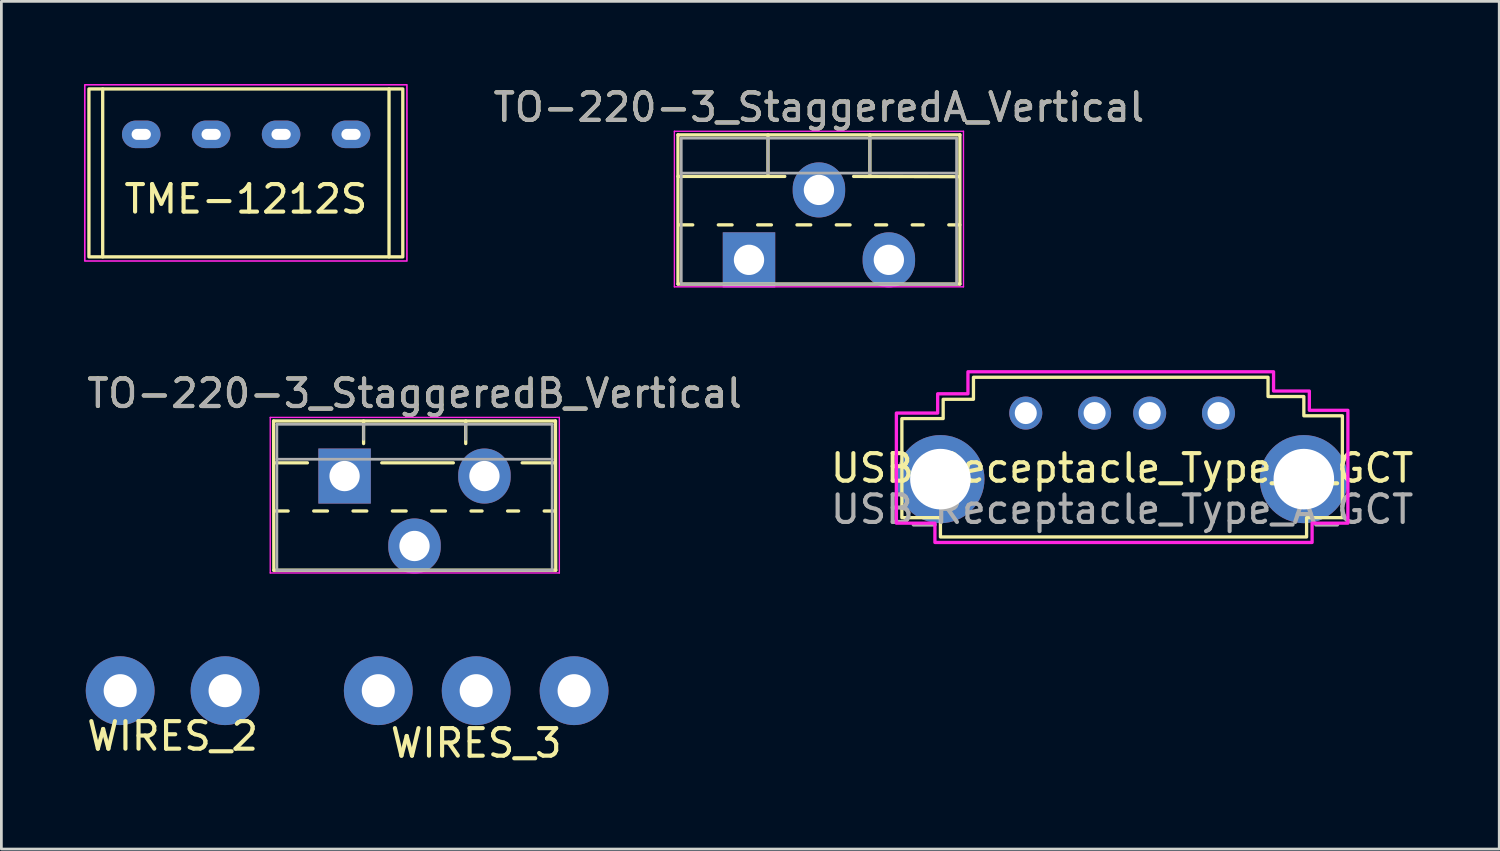
<source format=kicad_pcb>
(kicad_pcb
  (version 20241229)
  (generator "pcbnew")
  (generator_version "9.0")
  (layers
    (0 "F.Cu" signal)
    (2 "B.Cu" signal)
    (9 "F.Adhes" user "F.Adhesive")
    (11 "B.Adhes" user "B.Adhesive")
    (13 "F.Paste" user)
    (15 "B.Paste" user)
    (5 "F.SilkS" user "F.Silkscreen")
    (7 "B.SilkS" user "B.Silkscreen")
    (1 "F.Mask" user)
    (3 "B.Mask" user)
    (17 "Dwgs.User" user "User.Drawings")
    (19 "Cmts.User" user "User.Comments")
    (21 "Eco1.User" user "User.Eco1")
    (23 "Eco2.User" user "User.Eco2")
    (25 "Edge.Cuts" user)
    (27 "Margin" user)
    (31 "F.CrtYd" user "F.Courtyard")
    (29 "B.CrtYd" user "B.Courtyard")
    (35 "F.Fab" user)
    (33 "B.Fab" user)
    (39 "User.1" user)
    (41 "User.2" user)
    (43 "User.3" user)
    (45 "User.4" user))
  (footprint "WIRES_2"
    (layer "F.Cu")
    (at 3.22 22.037)
    (property "Reference" "WIRES_2" (at 0 1.651 0) (layer "F.SilkS") (effects (font (size 1 1) (thickness 0.15))))
    (attr through_hole)
    (pad "1" thru_hole circle (at -1.905 0) (size 2.5 2.5) (drill 1.2) (layers "*.Cu" "*.Mask"))
    (pad "2" thru_hole circle (at 1.905 0) (size 2.5 2.5) (drill 1.2) (layers "*.Cu" "*.Mask")))
  (footprint "TO-220-3_StaggeredB_Vertical"
    (layer "F.Cu")
    (at 9.466 15.511)
    (property "Reference" "TO-220-3_StaggeredB_Vertical" (at 2.54 -4.27 0) (layer "F.SilkS") (effects (font (size 1 1) (thickness 0.15))))
    (attr through_hole)
    (fp_line (start -2.58 -3.27) (end -2.57 2.15) (stroke (width 0.12) (type solid)) (layer "F.SilkS"))
    (fp_line (start -2.58 -3.27) (end 7.66 -3.27) (stroke (width 0.12) (type solid)) (layer "F.SilkS"))
    (fp_line (start -2.57 2.15) (end 7.67 2.15) (stroke (width 0.12) (type solid)) (layer "F.SilkS"))
    (fp_line (start -2.55 -1.75) (end -1.35 -1.75) (stroke (width 0.12) (type solid)) (layer "F.SilkS"))
    (fp_line (start -2.55 0) (end -2.05 0) (stroke (width 0.12) (type solid)) (layer "F.SilkS"))
    (fp_line (start -1.121 0) (end -0.621 0) (stroke (width 0.12) (type solid)) (layer "F.SilkS"))
    (fp_line (start 0.307 0) (end 0.807 0) (stroke (width 0.12) (type solid)) (layer "F.SilkS"))
    (fp_line (start 0.69 -3.27) (end 0.69 -2.45) (stroke (width 0.12) (type solid)) (layer "F.SilkS"))
    (fp_line (start 1.35 -1.75) (end 3.95 -1.75) (stroke (width 0.12) (type solid)) (layer "F.SilkS"))
    (fp_line (start 1.736 0) (end 2.236 0) (stroke (width 0.12) (type solid)) (layer "F.SilkS"))
    (fp_line (start 3.164 0) (end 3.664 0) (stroke (width 0.12) (type solid)) (layer "F.SilkS"))
    (fp_line (start 4.4 -3.27) (end 4.4 -2.45) (stroke (width 0.12) (type solid)) (layer "F.SilkS"))
    (fp_line (start 4.593 0) (end 4.993 0) (stroke (width 0.12) (type solid)) (layer "F.SilkS"))
    (fp_line (start 5.921 0) (end 6.321 0) (stroke (width 0.12) (type solid)) (layer "F.SilkS"))
    (fp_line (start 6.45 -1.75) (end 7.65 -1.75) (stroke (width 0.12) (type solid)) (layer "F.SilkS"))
    (fp_line (start 7.25 0) (end 7.65 0) (stroke (width 0.12) (type solid)) (layer "F.SilkS"))
    (fp_line (start 7.66 -3.27) (end 7.67 2.15) (stroke (width 0.12) (type solid)) (layer "F.SilkS"))
    (fp_line (start -2.7 -3.4) (end -2.7 2.25) (stroke (width 0.05) (type solid)) (layer "F.CrtYd"))
    (fp_line (start -2.7 2.25) (end 7.8 2.25) (stroke (width 0.05) (type solid)) (layer "F.CrtYd"))
    (fp_line (start 7.8 -3.4) (end -2.7 -3.4) (stroke (width 0.05) (type solid)) (layer "F.CrtYd"))
    (fp_line (start 7.8 2.25) (end 7.8 -3.4) (stroke (width 0.05) (type solid)) (layer "F.CrtYd"))
    (fp_line (start -2.46 -3.15) (end -2.46 2.15) (stroke (width 0.1) (type solid)) (layer "F.Fab"))
    (fp_line (start -2.46 -1.88) (end 7.54 -1.88) (stroke (width 0.1) (type solid)) (layer "F.Fab"))
    (fp_line (start -2.46 2.15) (end 7.54 2.15) (stroke (width 0.1) (type solid)) (layer "F.Fab"))
    (fp_line (start 0.69 -3.15) (end 0.69 -2.6) (stroke (width 0.1) (type solid)) (layer "F.Fab"))
    (fp_line (start 4.4 -3.15) (end 4.4 -2.6) (stroke (width 0.1) (type solid)) (layer "F.Fab"))
    (fp_line (start 7.54 -3.15) (end -2.46 -3.15) (stroke (width 0.1) (type solid)) (layer "F.Fab"))
    (fp_line (start 7.54 2.15) (end 7.54 -3.15) (stroke (width 0.1) (type solid)) (layer "F.Fab"))
    (fp_text user "${REFERENCE}" (at 2.54 -4.27 0) (layer "F.Fab") (effects (font (size 1 1) (thickness 0.15))))
    (pad "1" thru_hole rect (at 0 -1.27) (size 1.905 2) (drill 1.1) (layers "*.Cu" "*.Mask"))
    (pad "2" thru_hole oval (at 2.54 1.27) (size 1.905 2) (drill 1.1) (layers "*.Cu" "*.Mask"))
    (pad "3" thru_hole oval (at 5.08 -1.27) (size 1.905 2) (drill 1.1) (layers "*.Cu" "*.Mask")))
  (footprint "TME-1212S"
    (layer "F.Cu")
    (at 5.88 3.18)
    (property "Reference" "TME-1212S" (at 0 1 0) (unlocked yes) (layer "F.SilkS") (effects (font (size 1 1) (thickness 0.15))))
    (fp_line (start -5.2 -3) (end -5.2 3.1) (stroke (width 0.12) (type solid)) (layer "F.SilkS"))
    (fp_line (start 5.2 -3) (end 5.2 3.1) (stroke (width 0.12) (type solid)) (layer "F.SilkS"))
    (fp_rect (start -5.7 -3) (end 5.7 3.1) (stroke (width 0.12) (type solid)) (fill no) (layer "F.SilkS"))
    (fp_rect (start -5.85 -3.15) (end 5.85 3.25) (stroke (width 0.06) (type solid)) (fill no) (layer "F.CrtYd"))
    (pad "1" thru_hole oval (at -3.8 -1.35 90) (size 1 1.4) (drill oval 0.4 0.7) (layers "*.Cu" "*.Mask"))
    (pad "2" thru_hole oval (at -1.26 -1.35 90) (size 1 1.4) (drill oval 0.4 0.7) (layers "*.Cu" "*.Mask"))
    (pad "3" thru_hole oval (at 1.28 -1.35 90) (size 1 1.4) (drill oval 0.4 0.7) (layers "*.Cu" "*.Mask"))
    (pad "4" thru_hole oval (at 3.82 -1.35 90) (size 1 1.4) (drill oval 0.4 0.7) (layers "*.Cu" "*.Mask")))
  (footprint "TO-220-3_StaggeredA_Vertical"
    (layer "F.Cu")
    (at 24.155 5.118)
    (property "Reference" "TO-220-3_StaggeredA_Vertical" (at 2.54 -4.27 0) (layer "F.SilkS") (effects (font (size 1 1) (thickness 0.15))))
    (attr through_hole)
    (fp_line (start -2.58 -3.27) (end -2.58 2.15) (stroke (width 0.12) (type solid)) (layer "F.SilkS"))
    (fp_line (start -2.58 -3.27) (end 7.66 -3.27) (stroke (width 0.12) (type solid)) (layer "F.SilkS"))
    (fp_line (start -2.58 -1.76) (end 1.3 -1.76) (stroke (width 0.12) (type solid)) (layer "F.SilkS"))
    (fp_line (start -2.58 2.15) (end 7.66 2.15) (stroke (width 0.12) (type solid)) (layer "F.SilkS"))
    (fp_line (start -2.543 0) (end -2.043 0) (stroke (width 0.12) (type solid)) (layer "F.SilkS"))
    (fp_line (start -1.114 0) (end -0.614 0) (stroke (width 0.12) (type solid)) (layer "F.SilkS"))
    (fp_line (start 0.314 0) (end 0.814 0) (stroke (width 0.12) (type solid)) (layer "F.SilkS"))
    (fp_line (start 0.69 -3.27) (end 0.69 -1.76) (stroke (width 0.12) (type solid)) (layer "F.SilkS"))
    (fp_line (start 1.743 0) (end 2.243 0) (stroke (width 0.12) (type solid)) (layer "F.SilkS"))
    (fp_line (start 3.171 0) (end 3.671 0) (stroke (width 0.12) (type solid)) (layer "F.SilkS"))
    (fp_line (start 3.8 -1.76) (end 7.625 -1.75) (stroke (width 0.12) (type solid)) (layer "F.SilkS"))
    (fp_line (start 4.391 -3.27) (end 4.391 -1.76) (stroke (width 0.12) (type solid)) (layer "F.SilkS"))
    (fp_line (start 4.6 0) (end 5 0) (stroke (width 0.12) (type solid)) (layer "F.SilkS"))
    (fp_line (start 5.929 0) (end 6.329 0) (stroke (width 0.12) (type solid)) (layer "F.SilkS"))
    (fp_line (start 7.257 0) (end 7.657 0) (stroke (width 0.12) (type solid)) (layer "F.SilkS"))
    (fp_line (start 7.66 -3.27) (end 7.66 2.15) (stroke (width 0.12) (type solid)) (layer "F.SilkS"))
    (fp_line (start -2.71 -3.4) (end -2.71 2.25) (stroke (width 0.05) (type solid)) (layer "F.CrtYd"))
    (fp_line (start -2.71 2.25) (end 7.79 2.25) (stroke (width 0.05) (type solid)) (layer "F.CrtYd"))
    (fp_line (start 7.79 -3.4) (end -2.71 -3.4) (stroke (width 0.05) (type solid)) (layer "F.CrtYd"))
    (fp_line (start 7.79 2.25) (end 7.79 -3.4) (stroke (width 0.05) (type solid)) (layer "F.CrtYd"))
    (fp_line (start -2.46 -3.15) (end -2.46 2.15) (stroke (width 0.1) (type solid)) (layer "F.Fab"))
    (fp_line (start -2.46 -1.88) (end 7.54 -1.88) (stroke (width 0.1) (type solid)) (layer "F.Fab"))
    (fp_line (start -2.46 2.15) (end 7.54 2.15) (stroke (width 0.1) (type solid)) (layer "F.Fab"))
    (fp_line (start 0.69 -3.15) (end 0.69 -1.88) (stroke (width 0.1) (type solid)) (layer "F.Fab"))
    (fp_line (start 4.39 -3.15) (end 4.39 -1.88) (stroke (width 0.1) (type solid)) (layer "F.Fab"))
    (fp_line (start 7.54 -3.15) (end -2.46 -3.15) (stroke (width 0.1) (type solid)) (layer "F.Fab"))
    (fp_line (start 7.54 2.15) (end 7.54 -3.15) (stroke (width 0.1) (type solid)) (layer "F.Fab"))
    (fp_text user "${REFERENCE}" (at 2.54 -4.27 0) (layer "F.Fab") (effects (font (size 1 1) (thickness 0.15))))
    (pad "1" thru_hole rect (at 0 1.27) (size 1.905 2) (drill 1.1) (layers "*.Cu" "*.Mask"))
    (pad "2" thru_hole oval (at 2.54 -1.27) (size 1.905 2) (drill 1.1) (layers "*.Cu" "*.Mask"))
    (pad "3" thru_hole oval (at 5.08 1.27) (size 1.905 2) (drill 1.1) (layers "*.Cu" "*.Mask")))
  (footprint "USB_Receptacle_Type_A_GCT"
    (layer "F.Cu")
    (at 37.708 14.353)
    (property "Reference" "USB_Receptacle_Type_A_GCT" (at 0 -0.4 0) (unlocked yes) (layer "F.SilkS") (effects (font (size 1 1) (thickness 0.15))))
    (attr through_hole)
    (fp_poly (pts (xy 5.3 -3) (xy 6.6 -3) (xy 6.6 -2.3) (xy 8 -2.3) (xy 8 1.4) (xy 6.7 1.4) (xy 6.7 2.1) (xy -6.6 2.1) (xy -6.6 1.4) (xy -8 1.4) (xy -8 -2.2) (xy -6.5 -2.2) (xy -6.5 -2.9) (xy -5.4 -2.9) (xy -5.4 -3.7) (xy 5.3 -3.7)) (stroke (width 0.12) (type solid)) (fill no) (layer "F.SilkS"))
    (fp_poly (pts (xy 5.5 -3.2) (xy 6.8 -3.2) (xy 6.8 -2.5) (xy 8.2 -2.5) (xy 8.2 1.6) (xy 6.9 1.6) (xy 6.9 2.3) (xy -6.8 2.3) (xy -6.8 1.6) (xy -8.2 1.6) (xy -8.2 -2.4) (xy -6.7 -2.4) (xy -6.7 -3.1) (xy -5.6 -3.1) (xy -5.6 -3.9) (xy 5.5 -3.9)) (stroke (width 0.12) (type solid)) (fill no) (layer "F.CrtYd"))
    (fp_text user "${REFERENCE}" (at 0 1.1 0) (unlocked yes) (layer "F.Fab") (effects (font (size 1 1) (thickness 0.15))))
    (pad "1" thru_hole circle (at -3.5 -2.4) (size 1.2 1.2) (drill 0.8) (layers "*.Cu" "*.Mask"))
    (pad "2" thru_hole circle (at -1 -2.4) (size 1.2 1.2) (drill 0.8) (layers "*.Cu" "*.Mask"))
    (pad "3" thru_hole circle (at 1 -2.4) (size 1.2 1.2) (drill 0.8) (layers "*.Cu" "*.Mask"))
    (pad "4" thru_hole circle (at 3.5 -2.4) (size 1.2 1.2) (drill 0.8) (layers "*.Cu" "*.Mask"))
    (pad "MP" thru_hole circle (at -6.6 0) (size 3.2 3.2) (drill 2.2) (layers "*.Cu" "*.Mask"))
    (pad "MP" thru_hole circle (at 6.6 0) (size 3.2 3.2) (drill 2.2) (layers "*.Cu" "*.Mask")))
  (footprint "WIRES_3"
    (layer "F.Cu")
    (at 14.246 22.037)
    (property "Reference" "WIRES_3" (at 0 1.905 0) (layer "F.SilkS") (effects (font (size 1 1) (thickness 0.15))))
    (attr through_hole)
    (pad "1" thru_hole circle (at -3.556 0) (size 2.5 2.5) (drill 1.2) (layers "*.Cu" "*.Mask"))
    (pad "2" thru_hole circle (at 0 0) (size 2.5 2.5) (drill 1.2) (layers "*.Cu" "*.Mask"))
    (pad "3" thru_hole circle (at 3.556 0) (size 2.5 2.5) (drill 1.2) (layers "*.Cu" "*.Mask")))
  (gr_rect
    (start -3 -3)
    (end 51.405 27.79)
    (stroke (width 0.1) (type default))
    (fill no)
    (layer "Edge.Cuts")))
</source>
